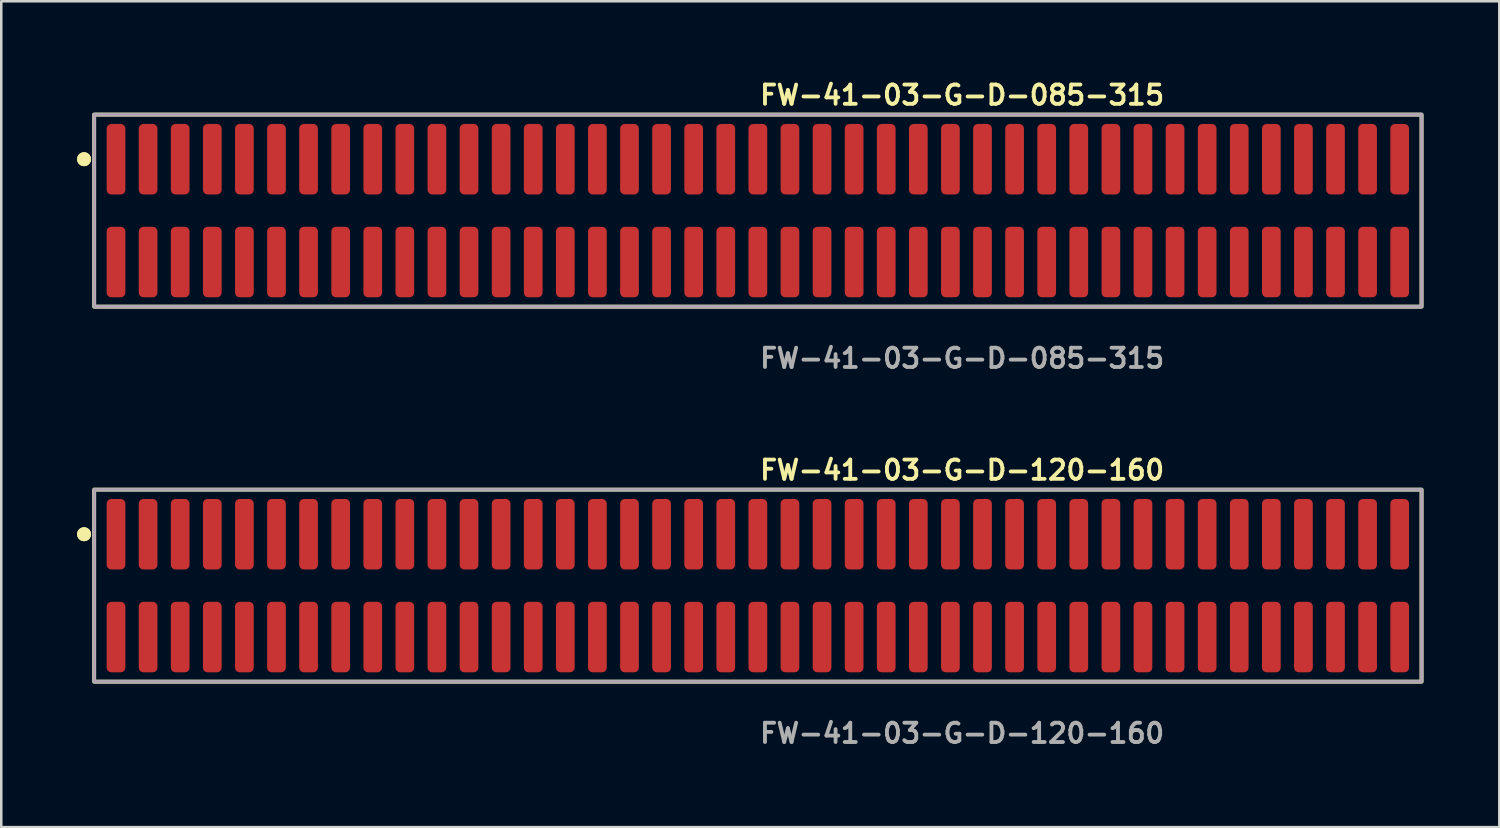
<source format=kicad_pcb>
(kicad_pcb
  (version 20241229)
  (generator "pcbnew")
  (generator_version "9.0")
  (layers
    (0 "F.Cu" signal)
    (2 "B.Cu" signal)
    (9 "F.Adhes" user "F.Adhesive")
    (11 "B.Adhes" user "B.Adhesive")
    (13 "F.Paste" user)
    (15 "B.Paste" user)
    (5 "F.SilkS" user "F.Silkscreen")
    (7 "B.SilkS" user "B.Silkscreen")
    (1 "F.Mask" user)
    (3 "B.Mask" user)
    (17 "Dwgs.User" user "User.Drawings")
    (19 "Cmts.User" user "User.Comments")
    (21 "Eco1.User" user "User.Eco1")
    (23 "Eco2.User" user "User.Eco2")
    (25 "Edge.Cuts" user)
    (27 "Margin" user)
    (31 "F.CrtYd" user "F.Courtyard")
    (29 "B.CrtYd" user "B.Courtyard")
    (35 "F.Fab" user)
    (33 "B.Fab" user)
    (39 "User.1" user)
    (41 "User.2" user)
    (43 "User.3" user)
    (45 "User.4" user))
  (footprint "FW-41-03-G-D-120-160"
    (layer "F.Cu")
    (at 26.941 20.126)
    (property "Reference" "FW-41-03-G-D-120-160" (at 0 -4.572 0) (unlocked yes) (layer "F.SilkS") (effects (font (size 0.762 0.762) (thickness 0.152)) (justify left)))
    (fp_rect (start -26.265 3.8) (end 26.265 -3.8) (stroke (width 0.152) (type solid)) (fill no) (layer "F.SilkS"))
    (fp_circle (center -26.665 -2.035) (end -26.865 -2.035) (stroke (width 0.152) (type solid)) (fill yes) (layer "F.SilkS"))
    (fp_circle (center -26.665 -2.035) (end -26.865 -2.035) (stroke (width 0.152) (type solid)) (fill yes) (layer "F.SilkS"))
    (fp_rect (start -26.265 3.8) (end 26.265 -3.8) (stroke (width 0.006) (type solid)) (fill no) (layer "F.CrtYd"))
    (fp_rect (start -26.265 3.8) (end 26.265 -3.8) (stroke (width 0.152) (type solid)) (fill no) (layer "F.Fab"))
    (fp_text user "${REFERENCE}" (at 0 5.842 0) (unlocked yes) (layer "F.Fab") (effects (font (size 0.762 0.762) (thickness 0.152)) (justify left)))
    (pad "1" smd roundrect (at -25.4 -2.035) (size 0.74 2.79) (layers "F.Cu" "F.Paste") (roundrect_rratio 0.25))
    (pad "2" smd roundrect (at -25.4 2.035) (size 0.74 2.79) (layers "F.Cu" "F.Paste") (roundrect_rratio 0.25))
    (pad "3" smd roundrect (at -24.13 -2.035) (size 0.74 2.79) (layers "F.Cu" "F.Paste") (roundrect_rratio 0.25))
    (pad "4" smd roundrect (at -24.13 2.035) (size 0.74 2.79) (layers "F.Cu" "F.Paste") (roundrect_rratio 0.25))
    (pad "5" smd roundrect (at -22.86 -2.035) (size 0.74 2.79) (layers "F.Cu" "F.Paste") (roundrect_rratio 0.25))
    (pad "6" smd roundrect (at -22.86 2.035) (size 0.74 2.79) (layers "F.Cu" "F.Paste") (roundrect_rratio 0.25))
    (pad "7" smd roundrect (at -21.59 -2.035) (size 0.74 2.79) (layers "F.Cu" "F.Paste") (roundrect_rratio 0.25))
    (pad "8" smd roundrect (at -21.59 2.035) (size 0.74 2.79) (layers "F.Cu" "F.Paste") (roundrect_rratio 0.25))
    (pad "9" smd roundrect (at -20.32 -2.035) (size 0.74 2.79) (layers "F.Cu" "F.Paste") (roundrect_rratio 0.25))
    (pad "10" smd roundrect (at -20.32 2.035) (size 0.74 2.79) (layers "F.Cu" "F.Paste") (roundrect_rratio 0.25))
    (pad "11" smd roundrect (at -19.05 -2.035) (size 0.74 2.79) (layers "F.Cu" "F.Paste") (roundrect_rratio 0.25))
    (pad "12" smd roundrect (at -19.05 2.035) (size 0.74 2.79) (layers "F.Cu" "F.Paste") (roundrect_rratio 0.25))
    (pad "13" smd roundrect (at -17.78 -2.035) (size 0.74 2.79) (layers "F.Cu" "F.Paste") (roundrect_rratio 0.25))
    (pad "14" smd roundrect (at -17.78 2.035) (size 0.74 2.79) (layers "F.Cu" "F.Paste") (roundrect_rratio 0.25))
    (pad "15" smd roundrect (at -16.51 -2.035) (size 0.74 2.79) (layers "F.Cu" "F.Paste") (roundrect_rratio 0.25))
    (pad "16" smd roundrect (at -16.51 2.035) (size 0.74 2.79) (layers "F.Cu" "F.Paste") (roundrect_rratio 0.25))
    (pad "17" smd roundrect (at -15.24 -2.035) (size 0.74 2.79) (layers "F.Cu" "F.Paste") (roundrect_rratio 0.25))
    (pad "18" smd roundrect (at -15.24 2.035) (size 0.74 2.79) (layers "F.Cu" "F.Paste") (roundrect_rratio 0.25))
    (pad "19" smd roundrect (at -13.97 -2.035) (size 0.74 2.79) (layers "F.Cu" "F.Paste") (roundrect_rratio 0.25))
    (pad "20" smd roundrect (at -13.97 2.035) (size 0.74 2.79) (layers "F.Cu" "F.Paste") (roundrect_rratio 0.25))
    (pad "21" smd roundrect (at -12.7 -2.035) (size 0.74 2.79) (layers "F.Cu" "F.Paste") (roundrect_rratio 0.25))
    (pad "22" smd roundrect (at -12.7 2.035) (size 0.74 2.79) (layers "F.Cu" "F.Paste") (roundrect_rratio 0.25))
    (pad "23" smd roundrect (at -11.43 -2.035) (size 0.74 2.79) (layers "F.Cu" "F.Paste") (roundrect_rratio 0.25))
    (pad "24" smd roundrect (at -11.43 2.035) (size 0.74 2.79) (layers "F.Cu" "F.Paste") (roundrect_rratio 0.25))
    (pad "25" smd roundrect (at -10.16 -2.035) (size 0.74 2.79) (layers "F.Cu" "F.Paste") (roundrect_rratio 0.25))
    (pad "26" smd roundrect (at -10.16 2.035) (size 0.74 2.79) (layers "F.Cu" "F.Paste") (roundrect_rratio 0.25))
    (pad "27" smd roundrect (at -8.89 -2.035) (size 0.74 2.79) (layers "F.Cu" "F.Paste") (roundrect_rratio 0.25))
    (pad "28" smd roundrect (at -8.89 2.035) (size 0.74 2.79) (layers "F.Cu" "F.Paste") (roundrect_rratio 0.25))
    (pad "29" smd roundrect (at -7.62 -2.035) (size 0.74 2.79) (layers "F.Cu" "F.Paste") (roundrect_rratio 0.25))
    (pad "30" smd roundrect (at -7.62 2.035) (size 0.74 2.79) (layers "F.Cu" "F.Paste") (roundrect_rratio 0.25))
    (pad "31" smd roundrect (at -6.35 -2.035) (size 0.74 2.79) (layers "F.Cu" "F.Paste") (roundrect_rratio 0.25))
    (pad "32" smd roundrect (at -6.35 2.035) (size 0.74 2.79) (layers "F.Cu" "F.Paste") (roundrect_rratio 0.25))
    (pad "33" smd roundrect (at -5.08 -2.035) (size 0.74 2.79) (layers "F.Cu" "F.Paste") (roundrect_rratio 0.25))
    (pad "34" smd roundrect (at -5.08 2.035) (size 0.74 2.79) (layers "F.Cu" "F.Paste") (roundrect_rratio 0.25))
    (pad "35" smd roundrect (at -3.81 -2.035) (size 0.74 2.79) (layers "F.Cu" "F.Paste") (roundrect_rratio 0.25))
    (pad "36" smd roundrect (at -3.81 2.035) (size 0.74 2.79) (layers "F.Cu" "F.Paste") (roundrect_rratio 0.25))
    (pad "37" smd roundrect (at -2.54 -2.035) (size 0.74 2.79) (layers "F.Cu" "F.Paste") (roundrect_rratio 0.25))
    (pad "38" smd roundrect (at -2.54 2.035) (size 0.74 2.79) (layers "F.Cu" "F.Paste") (roundrect_rratio 0.25))
    (pad "39" smd roundrect (at -1.27 -2.035) (size 0.74 2.79) (layers "F.Cu" "F.Paste") (roundrect_rratio 0.25))
    (pad "40" smd roundrect (at -1.27 2.035) (size 0.74 2.79) (layers "F.Cu" "F.Paste") (roundrect_rratio 0.25))
    (pad "41" smd roundrect (at 0 -2.035) (size 0.74 2.79) (layers "F.Cu" "F.Paste") (roundrect_rratio 0.25))
    (pad "42" smd roundrect (at 0 2.035) (size 0.74 2.79) (layers "F.Cu" "F.Paste") (roundrect_rratio 0.25))
    (pad "43" smd roundrect (at 1.27 -2.035) (size 0.74 2.79) (layers "F.Cu" "F.Paste") (roundrect_rratio 0.25))
    (pad "44" smd roundrect (at 1.27 2.035) (size 0.74 2.79) (layers "F.Cu" "F.Paste") (roundrect_rratio 0.25))
    (pad "45" smd roundrect (at 2.54 -2.035) (size 0.74 2.79) (layers "F.Cu" "F.Paste") (roundrect_rratio 0.25))
    (pad "46" smd roundrect (at 2.54 2.035) (size 0.74 2.79) (layers "F.Cu" "F.Paste") (roundrect_rratio 0.25))
    (pad "47" smd roundrect (at 3.81 -2.035) (size 0.74 2.79) (layers "F.Cu" "F.Paste") (roundrect_rratio 0.25))
    (pad "48" smd roundrect (at 3.81 2.035) (size 0.74 2.79) (layers "F.Cu" "F.Paste") (roundrect_rratio 0.25))
    (pad "49" smd roundrect (at 5.08 -2.035) (size 0.74 2.79) (layers "F.Cu" "F.Paste") (roundrect_rratio 0.25))
    (pad "50" smd roundrect (at 5.08 2.035) (size 0.74 2.79) (layers "F.Cu" "F.Paste") (roundrect_rratio 0.25))
    (pad "51" smd roundrect (at 6.35 -2.035) (size 0.74 2.79) (layers "F.Cu" "F.Paste") (roundrect_rratio 0.25))
    (pad "52" smd roundrect (at 6.35 2.035) (size 0.74 2.79) (layers "F.Cu" "F.Paste") (roundrect_rratio 0.25))
    (pad "53" smd roundrect (at 7.62 -2.035) (size 0.74 2.79) (layers "F.Cu" "F.Paste") (roundrect_rratio 0.25))
    (pad "54" smd roundrect (at 7.62 2.035) (size 0.74 2.79) (layers "F.Cu" "F.Paste") (roundrect_rratio 0.25))
    (pad "55" smd roundrect (at 8.89 -2.035) (size 0.74 2.79) (layers "F.Cu" "F.Paste") (roundrect_rratio 0.25))
    (pad "56" smd roundrect (at 8.89 2.035) (size 0.74 2.79) (layers "F.Cu" "F.Paste") (roundrect_rratio 0.25))
    (pad "57" smd roundrect (at 10.16 -2.035) (size 0.74 2.79) (layers "F.Cu" "F.Paste") (roundrect_rratio 0.25))
    (pad "58" smd roundrect (at 10.16 2.035) (size 0.74 2.79) (layers "F.Cu" "F.Paste") (roundrect_rratio 0.25))
    (pad "59" smd roundrect (at 11.43 -2.035) (size 0.74 2.79) (layers "F.Cu" "F.Paste") (roundrect_rratio 0.25))
    (pad "60" smd roundrect (at 11.43 2.035) (size 0.74 2.79) (layers "F.Cu" "F.Paste") (roundrect_rratio 0.25))
    (pad "61" smd roundrect (at 12.7 -2.035) (size 0.74 2.79) (layers "F.Cu" "F.Paste") (roundrect_rratio 0.25))
    (pad "62" smd roundrect (at 12.7 2.035) (size 0.74 2.79) (layers "F.Cu" "F.Paste") (roundrect_rratio 0.25))
    (pad "63" smd roundrect (at 13.97 -2.035) (size 0.74 2.79) (layers "F.Cu" "F.Paste") (roundrect_rratio 0.25))
    (pad "64" smd roundrect (at 13.97 2.035) (size 0.74 2.79) (layers "F.Cu" "F.Paste") (roundrect_rratio 0.25))
    (pad "65" smd roundrect (at 15.24 -2.035) (size 0.74 2.79) (layers "F.Cu" "F.Paste") (roundrect_rratio 0.25))
    (pad "66" smd roundrect (at 15.24 2.035) (size 0.74 2.79) (layers "F.Cu" "F.Paste") (roundrect_rratio 0.25))
    (pad "67" smd roundrect (at 16.51 -2.035) (size 0.74 2.79) (layers "F.Cu" "F.Paste") (roundrect_rratio 0.25))
    (pad "68" smd roundrect (at 16.51 2.035) (size 0.74 2.79) (layers "F.Cu" "F.Paste") (roundrect_rratio 0.25))
    (pad "69" smd roundrect (at 17.78 -2.035) (size 0.74 2.79) (layers "F.Cu" "F.Paste") (roundrect_rratio 0.25))
    (pad "70" smd roundrect (at 17.78 2.035) (size 0.74 2.79) (layers "F.Cu" "F.Paste") (roundrect_rratio 0.25))
    (pad "71" smd roundrect (at 19.05 -2.035) (size 0.74 2.79) (layers "F.Cu" "F.Paste") (roundrect_rratio 0.25))
    (pad "72" smd roundrect (at 19.05 2.035) (size 0.74 2.79) (layers "F.Cu" "F.Paste") (roundrect_rratio 0.25))
    (pad "73" smd roundrect (at 20.32 -2.035) (size 0.74 2.79) (layers "F.Cu" "F.Paste") (roundrect_rratio 0.25))
    (pad "74" smd roundrect (at 20.32 2.035) (size 0.74 2.79) (layers "F.Cu" "F.Paste") (roundrect_rratio 0.25))
    (pad "75" smd roundrect (at 21.59 -2.035) (size 0.74 2.79) (layers "F.Cu" "F.Paste") (roundrect_rratio 0.25))
    (pad "76" smd roundrect (at 21.59 2.035) (size 0.74 2.79) (layers "F.Cu" "F.Paste") (roundrect_rratio 0.25))
    (pad "77" smd roundrect (at 22.86 -2.035) (size 0.74 2.79) (layers "F.Cu" "F.Paste") (roundrect_rratio 0.25))
    (pad "78" smd roundrect (at 22.86 2.035) (size 0.74 2.79) (layers "F.Cu" "F.Paste") (roundrect_rratio 0.25))
    (pad "79" smd roundrect (at 24.13 -2.035) (size 0.74 2.79) (layers "F.Cu" "F.Paste") (roundrect_rratio 0.25))
    (pad "80" smd roundrect (at 24.13 2.035) (size 0.74 2.79) (layers "F.Cu" "F.Paste") (roundrect_rratio 0.25))
    (pad "81" smd roundrect (at 25.4 -2.035) (size 0.74 2.79) (layers "F.Cu" "F.Paste") (roundrect_rratio 0.25))
    (pad "82" smd roundrect (at 25.4 2.035) (size 0.74 2.79) (layers "F.Cu" "F.Paste") (roundrect_rratio 0.25)))
  (footprint "FW-41-03-G-D-085-315"
    (layer "F.Cu")
    (at 26.941 5.285)
    (property "Reference" "FW-41-03-G-D-085-315" (at 0 -4.572 0) (unlocked yes) (layer "F.SilkS") (effects (font (size 0.762 0.762) (thickness 0.152)) (justify left)))
    (fp_rect (start -26.265 3.8) (end 26.265 -3.8) (stroke (width 0.152) (type solid)) (fill no) (layer "F.SilkS"))
    (fp_circle (center -26.665 -2.035) (end -26.865 -2.035) (stroke (width 0.152) (type solid)) (fill yes) (layer "F.SilkS"))
    (fp_circle (center -26.665 -2.035) (end -26.865 -2.035) (stroke (width 0.152) (type solid)) (fill yes) (layer "F.SilkS"))
    (fp_rect (start -26.265 3.8) (end 26.265 -3.8) (stroke (width 0.006) (type solid)) (fill no) (layer "F.CrtYd"))
    (fp_rect (start -26.265 3.8) (end 26.265 -3.8) (stroke (width 0.152) (type solid)) (fill no) (layer "F.Fab"))
    (fp_text user "${REFERENCE}" (at 0 5.842 0) (unlocked yes) (layer "F.Fab") (effects (font (size 0.762 0.762) (thickness 0.152)) (justify left)))
    (pad "1" smd roundrect (at -25.4 -2.035) (size 0.74 2.79) (layers "F.Cu" "F.Paste") (roundrect_rratio 0.25))
    (pad "2" smd roundrect (at -25.4 2.035) (size 0.74 2.79) (layers "F.Cu" "F.Paste") (roundrect_rratio 0.25))
    (pad "3" smd roundrect (at -24.13 -2.035) (size 0.74 2.79) (layers "F.Cu" "F.Paste") (roundrect_rratio 0.25))
    (pad "4" smd roundrect (at -24.13 2.035) (size 0.74 2.79) (layers "F.Cu" "F.Paste") (roundrect_rratio 0.25))
    (pad "5" smd roundrect (at -22.86 -2.035) (size 0.74 2.79) (layers "F.Cu" "F.Paste") (roundrect_rratio 0.25))
    (pad "6" smd roundrect (at -22.86 2.035) (size 0.74 2.79) (layers "F.Cu" "F.Paste") (roundrect_rratio 0.25))
    (pad "7" smd roundrect (at -21.59 -2.035) (size 0.74 2.79) (layers "F.Cu" "F.Paste") (roundrect_rratio 0.25))
    (pad "8" smd roundrect (at -21.59 2.035) (size 0.74 2.79) (layers "F.Cu" "F.Paste") (roundrect_rratio 0.25))
    (pad "9" smd roundrect (at -20.32 -2.035) (size 0.74 2.79) (layers "F.Cu" "F.Paste") (roundrect_rratio 0.25))
    (pad "10" smd roundrect (at -20.32 2.035) (size 0.74 2.79) (layers "F.Cu" "F.Paste") (roundrect_rratio 0.25))
    (pad "11" smd roundrect (at -19.05 -2.035) (size 0.74 2.79) (layers "F.Cu" "F.Paste") (roundrect_rratio 0.25))
    (pad "12" smd roundrect (at -19.05 2.035) (size 0.74 2.79) (layers "F.Cu" "F.Paste") (roundrect_rratio 0.25))
    (pad "13" smd roundrect (at -17.78 -2.035) (size 0.74 2.79) (layers "F.Cu" "F.Paste") (roundrect_rratio 0.25))
    (pad "14" smd roundrect (at -17.78 2.035) (size 0.74 2.79) (layers "F.Cu" "F.Paste") (roundrect_rratio 0.25))
    (pad "15" smd roundrect (at -16.51 -2.035) (size 0.74 2.79) (layers "F.Cu" "F.Paste") (roundrect_rratio 0.25))
    (pad "16" smd roundrect (at -16.51 2.035) (size 0.74 2.79) (layers "F.Cu" "F.Paste") (roundrect_rratio 0.25))
    (pad "17" smd roundrect (at -15.24 -2.035) (size 0.74 2.79) (layers "F.Cu" "F.Paste") (roundrect_rratio 0.25))
    (pad "18" smd roundrect (at -15.24 2.035) (size 0.74 2.79) (layers "F.Cu" "F.Paste") (roundrect_rratio 0.25))
    (pad "19" smd roundrect (at -13.97 -2.035) (size 0.74 2.79) (layers "F.Cu" "F.Paste") (roundrect_rratio 0.25))
    (pad "20" smd roundrect (at -13.97 2.035) (size 0.74 2.79) (layers "F.Cu" "F.Paste") (roundrect_rratio 0.25))
    (pad "21" smd roundrect (at -12.7 -2.035) (size 0.74 2.79) (layers "F.Cu" "F.Paste") (roundrect_rratio 0.25))
    (pad "22" smd roundrect (at -12.7 2.035) (size 0.74 2.79) (layers "F.Cu" "F.Paste") (roundrect_rratio 0.25))
    (pad "23" smd roundrect (at -11.43 -2.035) (size 0.74 2.79) (layers "F.Cu" "F.Paste") (roundrect_rratio 0.25))
    (pad "24" smd roundrect (at -11.43 2.035) (size 0.74 2.79) (layers "F.Cu" "F.Paste") (roundrect_rratio 0.25))
    (pad "25" smd roundrect (at -10.16 -2.035) (size 0.74 2.79) (layers "F.Cu" "F.Paste") (roundrect_rratio 0.25))
    (pad "26" smd roundrect (at -10.16 2.035) (size 0.74 2.79) (layers "F.Cu" "F.Paste") (roundrect_rratio 0.25))
    (pad "27" smd roundrect (at -8.89 -2.035) (size 0.74 2.79) (layers "F.Cu" "F.Paste") (roundrect_rratio 0.25))
    (pad "28" smd roundrect (at -8.89 2.035) (size 0.74 2.79) (layers "F.Cu" "F.Paste") (roundrect_rratio 0.25))
    (pad "29" smd roundrect (at -7.62 -2.035) (size 0.74 2.79) (layers "F.Cu" "F.Paste") (roundrect_rratio 0.25))
    (pad "30" smd roundrect (at -7.62 2.035) (size 0.74 2.79) (layers "F.Cu" "F.Paste") (roundrect_rratio 0.25))
    (pad "31" smd roundrect (at -6.35 -2.035) (size 0.74 2.79) (layers "F.Cu" "F.Paste") (roundrect_rratio 0.25))
    (pad "32" smd roundrect (at -6.35 2.035) (size 0.74 2.79) (layers "F.Cu" "F.Paste") (roundrect_rratio 0.25))
    (pad "33" smd roundrect (at -5.08 -2.035) (size 0.74 2.79) (layers "F.Cu" "F.Paste") (roundrect_rratio 0.25))
    (pad "34" smd roundrect (at -5.08 2.035) (size 0.74 2.79) (layers "F.Cu" "F.Paste") (roundrect_rratio 0.25))
    (pad "35" smd roundrect (at -3.81 -2.035) (size 0.74 2.79) (layers "F.Cu" "F.Paste") (roundrect_rratio 0.25))
    (pad "36" smd roundrect (at -3.81 2.035) (size 0.74 2.79) (layers "F.Cu" "F.Paste") (roundrect_rratio 0.25))
    (pad "37" smd roundrect (at -2.54 -2.035) (size 0.74 2.79) (layers "F.Cu" "F.Paste") (roundrect_rratio 0.25))
    (pad "38" smd roundrect (at -2.54 2.035) (size 0.74 2.79) (layers "F.Cu" "F.Paste") (roundrect_rratio 0.25))
    (pad "39" smd roundrect (at -1.27 -2.035) (size 0.74 2.79) (layers "F.Cu" "F.Paste") (roundrect_rratio 0.25))
    (pad "40" smd roundrect (at -1.27 2.035) (size 0.74 2.79) (layers "F.Cu" "F.Paste") (roundrect_rratio 0.25))
    (pad "41" smd roundrect (at 0 -2.035) (size 0.74 2.79) (layers "F.Cu" "F.Paste") (roundrect_rratio 0.25))
    (pad "42" smd roundrect (at 0 2.035) (size 0.74 2.79) (layers "F.Cu" "F.Paste") (roundrect_rratio 0.25))
    (pad "43" smd roundrect (at 1.27 -2.035) (size 0.74 2.79) (layers "F.Cu" "F.Paste") (roundrect_rratio 0.25))
    (pad "44" smd roundrect (at 1.27 2.035) (size 0.74 2.79) (layers "F.Cu" "F.Paste") (roundrect_rratio 0.25))
    (pad "45" smd roundrect (at 2.54 -2.035) (size 0.74 2.79) (layers "F.Cu" "F.Paste") (roundrect_rratio 0.25))
    (pad "46" smd roundrect (at 2.54 2.035) (size 0.74 2.79) (layers "F.Cu" "F.Paste") (roundrect_rratio 0.25))
    (pad "47" smd roundrect (at 3.81 -2.035) (size 0.74 2.79) (layers "F.Cu" "F.Paste") (roundrect_rratio 0.25))
    (pad "48" smd roundrect (at 3.81 2.035) (size 0.74 2.79) (layers "F.Cu" "F.Paste") (roundrect_rratio 0.25))
    (pad "49" smd roundrect (at 5.08 -2.035) (size 0.74 2.79) (layers "F.Cu" "F.Paste") (roundrect_rratio 0.25))
    (pad "50" smd roundrect (at 5.08 2.035) (size 0.74 2.79) (layers "F.Cu" "F.Paste") (roundrect_rratio 0.25))
    (pad "51" smd roundrect (at 6.35 -2.035) (size 0.74 2.79) (layers "F.Cu" "F.Paste") (roundrect_rratio 0.25))
    (pad "52" smd roundrect (at 6.35 2.035) (size 0.74 2.79) (layers "F.Cu" "F.Paste") (roundrect_rratio 0.25))
    (pad "53" smd roundrect (at 7.62 -2.035) (size 0.74 2.79) (layers "F.Cu" "F.Paste") (roundrect_rratio 0.25))
    (pad "54" smd roundrect (at 7.62 2.035) (size 0.74 2.79) (layers "F.Cu" "F.Paste") (roundrect_rratio 0.25))
    (pad "55" smd roundrect (at 8.89 -2.035) (size 0.74 2.79) (layers "F.Cu" "F.Paste") (roundrect_rratio 0.25))
    (pad "56" smd roundrect (at 8.89 2.035) (size 0.74 2.79) (layers "F.Cu" "F.Paste") (roundrect_rratio 0.25))
    (pad "57" smd roundrect (at 10.16 -2.035) (size 0.74 2.79) (layers "F.Cu" "F.Paste") (roundrect_rratio 0.25))
    (pad "58" smd roundrect (at 10.16 2.035) (size 0.74 2.79) (layers "F.Cu" "F.Paste") (roundrect_rratio 0.25))
    (pad "59" smd roundrect (at 11.43 -2.035) (size 0.74 2.79) (layers "F.Cu" "F.Paste") (roundrect_rratio 0.25))
    (pad "60" smd roundrect (at 11.43 2.035) (size 0.74 2.79) (layers "F.Cu" "F.Paste") (roundrect_rratio 0.25))
    (pad "61" smd roundrect (at 12.7 -2.035) (size 0.74 2.79) (layers "F.Cu" "F.Paste") (roundrect_rratio 0.25))
    (pad "62" smd roundrect (at 12.7 2.035) (size 0.74 2.79) (layers "F.Cu" "F.Paste") (roundrect_rratio 0.25))
    (pad "63" smd roundrect (at 13.97 -2.035) (size 0.74 2.79) (layers "F.Cu" "F.Paste") (roundrect_rratio 0.25))
    (pad "64" smd roundrect (at 13.97 2.035) (size 0.74 2.79) (layers "F.Cu" "F.Paste") (roundrect_rratio 0.25))
    (pad "65" smd roundrect (at 15.24 -2.035) (size 0.74 2.79) (layers "F.Cu" "F.Paste") (roundrect_rratio 0.25))
    (pad "66" smd roundrect (at 15.24 2.035) (size 0.74 2.79) (layers "F.Cu" "F.Paste") (roundrect_rratio 0.25))
    (pad "67" smd roundrect (at 16.51 -2.035) (size 0.74 2.79) (layers "F.Cu" "F.Paste") (roundrect_rratio 0.25))
    (pad "68" smd roundrect (at 16.51 2.035) (size 0.74 2.79) (layers "F.Cu" "F.Paste") (roundrect_rratio 0.25))
    (pad "69" smd roundrect (at 17.78 -2.035) (size 0.74 2.79) (layers "F.Cu" "F.Paste") (roundrect_rratio 0.25))
    (pad "70" smd roundrect (at 17.78 2.035) (size 0.74 2.79) (layers "F.Cu" "F.Paste") (roundrect_rratio 0.25))
    (pad "71" smd roundrect (at 19.05 -2.035) (size 0.74 2.79) (layers "F.Cu" "F.Paste") (roundrect_rratio 0.25))
    (pad "72" smd roundrect (at 19.05 2.035) (size 0.74 2.79) (layers "F.Cu" "F.Paste") (roundrect_rratio 0.25))
    (pad "73" smd roundrect (at 20.32 -2.035) (size 0.74 2.79) (layers "F.Cu" "F.Paste") (roundrect_rratio 0.25))
    (pad "74" smd roundrect (at 20.32 2.035) (size 0.74 2.79) (layers "F.Cu" "F.Paste") (roundrect_rratio 0.25))
    (pad "75" smd roundrect (at 21.59 -2.035) (size 0.74 2.79) (layers "F.Cu" "F.Paste") (roundrect_rratio 0.25))
    (pad "76" smd roundrect (at 21.59 2.035) (size 0.74 2.79) (layers "F.Cu" "F.Paste") (roundrect_rratio 0.25))
    (pad "77" smd roundrect (at 22.86 -2.035) (size 0.74 2.79) (layers "F.Cu" "F.Paste") (roundrect_rratio 0.25))
    (pad "78" smd roundrect (at 22.86 2.035) (size 0.74 2.79) (layers "F.Cu" "F.Paste") (roundrect_rratio 0.25))
    (pad "79" smd roundrect (at 24.13 -2.035) (size 0.74 2.79) (layers "F.Cu" "F.Paste") (roundrect_rratio 0.25))
    (pad "80" smd roundrect (at 24.13 2.035) (size 0.74 2.79) (layers "F.Cu" "F.Paste") (roundrect_rratio 0.25))
    (pad "81" smd roundrect (at 25.4 -2.035) (size 0.74 2.79) (layers "F.Cu" "F.Paste") (roundrect_rratio 0.25))
    (pad "82" smd roundrect (at 25.4 2.035) (size 0.74 2.79) (layers "F.Cu" "F.Paste") (roundrect_rratio 0.25)))
  (gr_rect
    (start -3 -3)
    (end 56.282 29.681)
    (stroke (width 0.1) (type default))
    (fill no)
    (layer "Edge.Cuts")))
</source>
